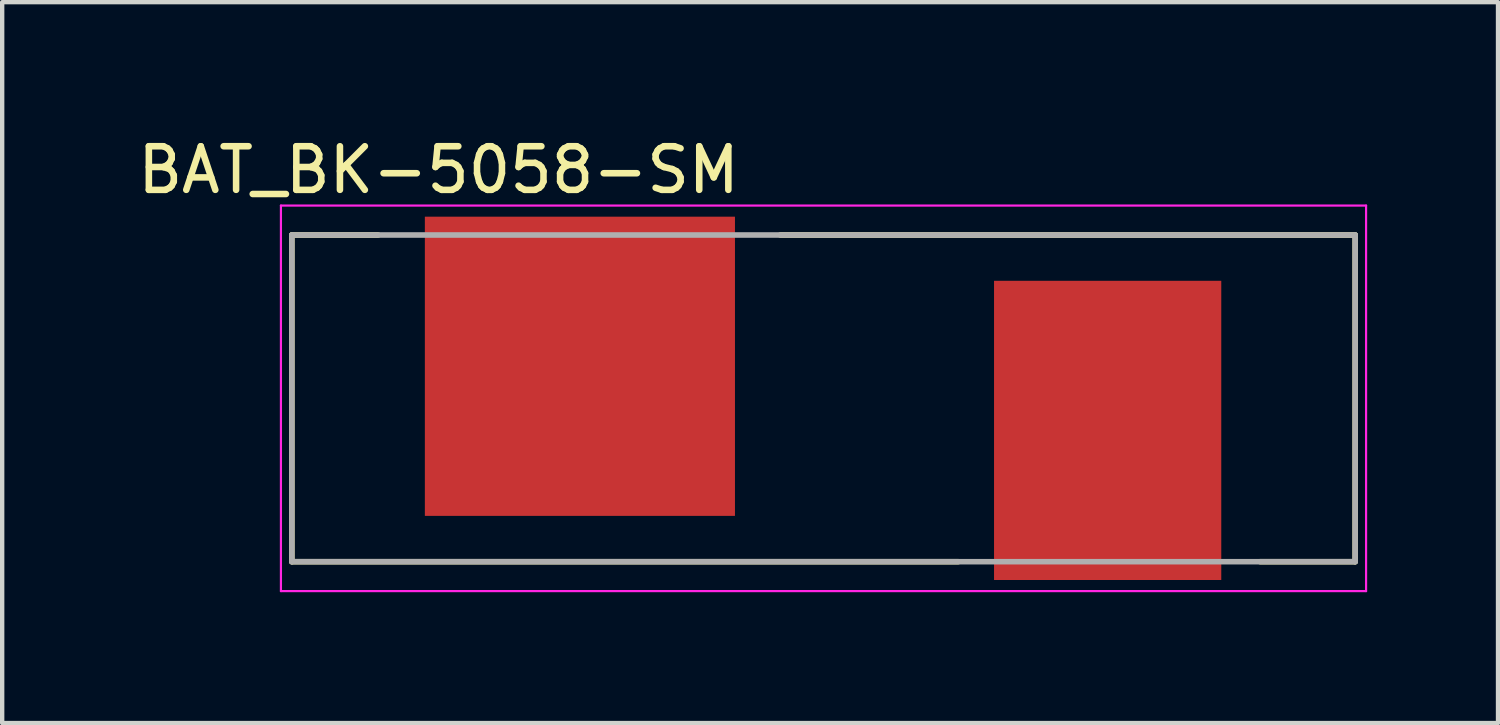
<source format=kicad_pcb>
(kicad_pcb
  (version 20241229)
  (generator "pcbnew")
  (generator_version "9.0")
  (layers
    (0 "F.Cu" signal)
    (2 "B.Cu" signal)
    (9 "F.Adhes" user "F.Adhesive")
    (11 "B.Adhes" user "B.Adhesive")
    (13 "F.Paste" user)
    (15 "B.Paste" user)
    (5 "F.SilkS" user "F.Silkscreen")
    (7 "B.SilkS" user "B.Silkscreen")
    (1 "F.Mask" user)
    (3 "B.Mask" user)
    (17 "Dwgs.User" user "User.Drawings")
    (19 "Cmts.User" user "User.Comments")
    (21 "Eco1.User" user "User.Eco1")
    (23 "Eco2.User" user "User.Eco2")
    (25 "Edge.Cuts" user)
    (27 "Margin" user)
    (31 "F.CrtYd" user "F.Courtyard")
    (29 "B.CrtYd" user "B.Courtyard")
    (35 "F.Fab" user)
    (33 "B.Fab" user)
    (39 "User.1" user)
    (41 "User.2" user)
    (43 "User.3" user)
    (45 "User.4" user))
  (footprint "BAT_BK-5058-SM"
    (layer "F.Cu")
    (at 15.831 6.083)
    (property "Reference" "BAT_BK-5058-SM" (at -8.825 -5.235 0) (layer "F.SilkS") (effects (font (size 1 1) (thickness 0.15))))
    (attr through_hole)
    (fp_line (start -12.19 -3.745) (end -12.19 3.745) (stroke (width 0.127) (type solid)) (layer "F.SilkS"))
    (fp_line (start -12.19 3.745) (end 3.09 3.745) (stroke (width 0.127) (type solid)) (layer "F.SilkS"))
    (fp_line (start -10.21 -3.745) (end -12.19 -3.745) (stroke (width 0.127) (type solid)) (layer "F.SilkS"))
    (fp_line (start 10.01 3.745) (end 12.19 3.745) (stroke (width 0.127) (type solid)) (layer "F.SilkS"))
    (fp_line (start 12.19 -3.745) (end -0.99 -3.745) (stroke (width 0.127) (type solid)) (layer "F.SilkS"))
    (fp_line (start 12.19 3.745) (end 12.19 -3.745) (stroke (width 0.127) (type solid)) (layer "F.SilkS"))
    (fp_line (start -12.44 -4.42) (end -12.44 4.42) (stroke (width 0.05) (type solid)) (layer "F.CrtYd"))
    (fp_line (start -12.44 4.42) (end 12.44 4.42) (stroke (width 0.05) (type solid)) (layer "F.CrtYd"))
    (fp_line (start 12.44 -4.42) (end -12.44 -4.42) (stroke (width 0.05) (type solid)) (layer "F.CrtYd"))
    (fp_line (start 12.44 4.42) (end 12.44 -4.42) (stroke (width 0.05) (type solid)) (layer "F.CrtYd"))
    (fp_line (start -12.19 -3.745) (end -12.19 3.745) (stroke (width 0.127) (type solid)) (layer "F.Fab"))
    (fp_line (start -12.19 3.745) (end 12.19 3.745) (stroke (width 0.127) (type solid)) (layer "F.Fab"))
    (fp_line (start 12.19 -3.745) (end -12.19 -3.745) (stroke (width 0.127) (type solid)) (layer "F.Fab"))
    (fp_line (start 12.19 3.745) (end 12.19 -3.745) (stroke (width 0.127) (type solid)) (layer "F.Fab"))
    (pad "+" smd rect (at 6.515 0.735 90) (size 6.86 5.21) (layers "F.Cu" "F.Mask" "F.Paste"))
    (pad "-" smd rect (at -5.585 -0.735 90) (size 6.86 7.11) (layers "F.Cu" "F.Mask" "F.Paste")))
  (gr_rect
    (start -3 -3)
    (end 31.296 13.528)
    (stroke (width 0.1) (type default))
    (fill no)
    (layer "Edge.Cuts")))
</source>
